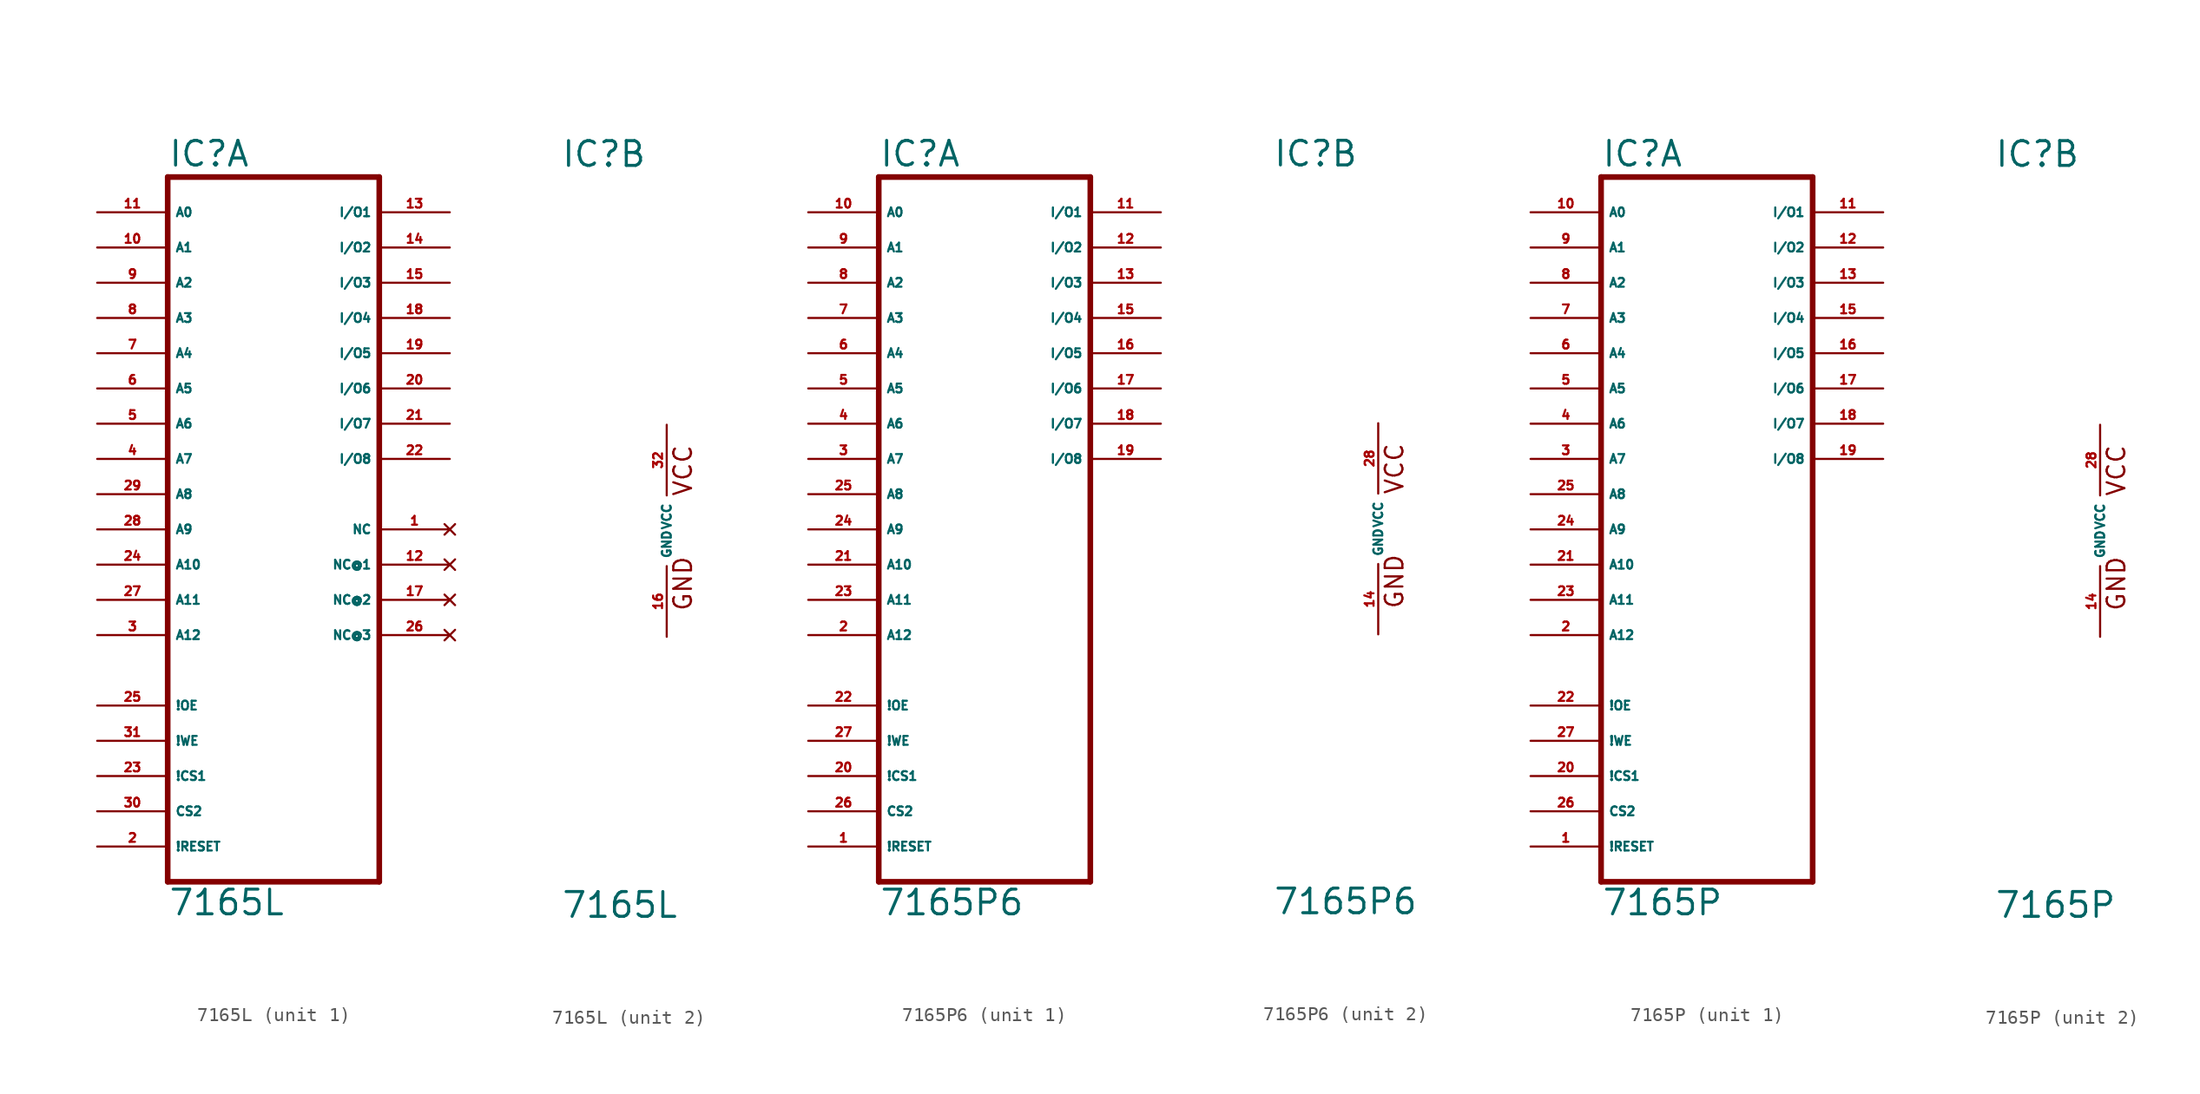
<source format=kicad_sym>
(kicad_symbol_lib
  (version 20220914)
  (generator Eagle2Kicad)
  (symbol "7165L"
    (property "Reference" "IC"
      (at -7.62 26.035 0)
      (effects (font (size 1.778 1.778) (thickness 0.22)) (justify left bottom)))
    (property "Value" "7165L"
      (at -7.62 -27.94 0)
      (effects (font (size 1.778 1.778) (thickness 0.22)) (justify left bottom)))
    (symbol "7165L_1_0"
      (polyline (pts (xy -7.62 -25.4) (xy 7.62 -25.4)) (stroke (width 0.406) (type default)) (fill (type none)))
      (polyline (pts (xy 7.62 -25.4) (xy 7.62 25.4)) (stroke (width 0.406) (type default)) (fill (type none)))
      (polyline (pts (xy 7.62 25.4) (xy -7.62 25.4)) (stroke (width 0.406) (type default)) (fill (type none)))
      (polyline (pts (xy -7.62 25.4) (xy -7.62 -25.4)) (stroke (width 0.406) (type default)) (fill (type none)))
      (pin input line (at -12.7 22.86 0) (length 5.08) (name "A0" (effects (font (size 0.635 0.635) (thickness 0.08)) (justify left bottom))) (number "11" (effects (font (size 0.635 0.635) (thickness 0.08)) (justify left bottom))))
      (pin input line (at -12.7 20.32 0) (length 5.08) (name "A1" (effects (font (size 0.635 0.635) (thickness 0.08)) (justify left bottom))) (number "10" (effects (font (size 0.635 0.635) (thickness 0.08)) (justify left bottom))))
      (pin input line (at -12.7 17.78 0) (length 5.08) (name "A2" (effects (font (size 0.635 0.635) (thickness 0.08)) (justify left bottom))) (number "9" (effects (font (size 0.635 0.635) (thickness 0.08)) (justify left bottom))))
      (pin input line (at -12.7 15.24 0) (length 5.08) (name "A3" (effects (font (size 0.635 0.635) (thickness 0.08)) (justify left bottom))) (number "8" (effects (font (size 0.635 0.635) (thickness 0.08)) (justify left bottom))))
      (pin input line (at -12.7 12.7 0) (length 5.08) (name "A4" (effects (font (size 0.635 0.635) (thickness 0.08)) (justify left bottom))) (number "7" (effects (font (size 0.635 0.635) (thickness 0.08)) (justify left bottom))))
      (pin input line (at -12.7 10.16 0) (length 5.08) (name "A5" (effects (font (size 0.635 0.635) (thickness 0.08)) (justify left bottom))) (number "6" (effects (font (size 0.635 0.635) (thickness 0.08)) (justify left bottom))))
      (pin input line (at -12.7 7.62 0) (length 5.08) (name "A6" (effects (font (size 0.635 0.635) (thickness 0.08)) (justify left bottom))) (number "5" (effects (font (size 0.635 0.635) (thickness 0.08)) (justify left bottom))))
      (pin input line (at -12.7 5.08 0) (length 5.08) (name "A7" (effects (font (size 0.635 0.635) (thickness 0.08)) (justify left bottom))) (number "4" (effects (font (size 0.635 0.635) (thickness 0.08)) (justify left bottom))))
      (pin input line (at -12.7 2.54 0) (length 5.08) (name "A8" (effects (font (size 0.635 0.635) (thickness 0.08)) (justify left bottom))) (number "29" (effects (font (size 0.635 0.635) (thickness 0.08)) (justify left bottom))))
      (pin input line (at -12.7 0 0) (length 5.08) (name "A9" (effects (font (size 0.635 0.635) (thickness 0.08)) (justify left bottom))) (number "28" (effects (font (size 0.635 0.635) (thickness 0.08)) (justify left bottom))))
      (pin input line (at -12.7 -2.54 0) (length 5.08) (name "A10" (effects (font (size 0.635 0.635) (thickness 0.08)) (justify left bottom))) (number "24" (effects (font (size 0.635 0.635) (thickness 0.08)) (justify left bottom))))
      (pin input line (at -12.7 -5.08 0) (length 5.08) (name "A11" (effects (font (size 0.635 0.635) (thickness 0.08)) (justify left bottom))) (number "27" (effects (font (size 0.635 0.635) (thickness 0.08)) (justify left bottom))))
      (pin input line (at -12.7 -12.7 0) (length 5.08) (name "!OE" (effects (font (size 0.635 0.635) (thickness 0.08)) (justify left bottom))) (number "25" (effects (font (size 0.635 0.635) (thickness 0.08)) (justify left bottom))))
      (pin input line (at -12.7 -15.24 0) (length 5.08) (name "!WE" (effects (font (size 0.635 0.635) (thickness 0.08)) (justify left bottom))) (number "31" (effects (font (size 0.635 0.635) (thickness 0.08)) (justify left bottom))))
      (pin input line (at -12.7 -17.78 0) (length 5.08) (name "!CS1" (effects (font (size 0.635 0.635) (thickness 0.08)) (justify left bottom))) (number "23" (effects (font (size 0.635 0.635) (thickness 0.08)) (justify left bottom))))
      (pin bidirectional line (at 12.7 22.86 180) (length 5.08) (name "I/O1" (effects (font (size 0.635 0.635) (thickness 0.08)) (justify left bottom))) (number "13" (effects (font (size 0.635 0.635) (thickness 0.08)) (justify left bottom))))
      (pin bidirectional line (at 12.7 20.32 180) (length 5.08) (name "I/O2" (effects (font (size 0.635 0.635) (thickness 0.08)) (justify left bottom))) (number "14" (effects (font (size 0.635 0.635) (thickness 0.08)) (justify left bottom))))
      (pin bidirectional line (at 12.7 17.78 180) (length 5.08) (name "I/O3" (effects (font (size 0.635 0.635) (thickness 0.08)) (justify left bottom))) (number "15" (effects (font (size 0.635 0.635) (thickness 0.08)) (justify left bottom))))
      (pin bidirectional line (at 12.7 15.24 180) (length 5.08) (name "I/O4" (effects (font (size 0.635 0.635) (thickness 0.08)) (justify left bottom))) (number "18" (effects (font (size 0.635 0.635) (thickness 0.08)) (justify left bottom))))
      (pin input line (at -12.7 -20.32 0) (length 5.08) (name "CS2" (effects (font (size 0.635 0.635) (thickness 0.08)) (justify left bottom))) (number "30" (effects (font (size 0.635 0.635) (thickness 0.08)) (justify left bottom))))
      (pin input line (at -12.7 -7.62 0) (length 5.08) (name "A12" (effects (font (size 0.635 0.635) (thickness 0.08)) (justify left bottom))) (number "3" (effects (font (size 0.635 0.635) (thickness 0.08)) (justify left bottom))))
      (pin bidirectional line (at 12.7 12.7 180) (length 5.08) (name "I/O5" (effects (font (size 0.635 0.635) (thickness 0.08)) (justify left bottom))) (number "19" (effects (font (size 0.635 0.635) (thickness 0.08)) (justify left bottom))))
      (pin bidirectional line (at 12.7 10.16 180) (length 5.08) (name "I/O6" (effects (font (size 0.635 0.635) (thickness 0.08)) (justify left bottom))) (number "20" (effects (font (size 0.635 0.635) (thickness 0.08)) (justify left bottom))))
      (pin bidirectional line (at 12.7 7.62 180) (length 5.08) (name "I/O7" (effects (font (size 0.635 0.635) (thickness 0.08)) (justify left bottom))) (number "21" (effects (font (size 0.635 0.635) (thickness 0.08)) (justify left bottom))))
      (pin bidirectional line (at 12.7 5.08 180) (length 5.08) (name "I/O8" (effects (font (size 0.635 0.635) (thickness 0.08)) (justify left bottom))) (number "22" (effects (font (size 0.635 0.635) (thickness 0.08)) (justify left bottom))))
      (pin input line (at -12.7 -22.86 0) (length 5.08) (name "!RESET" (effects (font (size 0.635 0.635) (thickness 0.08)) (justify left bottom))) (number "2" (effects (font (size 0.635 0.635) (thickness 0.08)) (justify left bottom))))
      (pin no_connect line (at 12.7 0 180) (length 5.08) (name "NC" (effects (font (size 0.635 0.635) (thickness 0.08)) (justify left bottom) hide)) (number "1" (effects (font (size 0.635 0.635) (thickness 0.08)) (justify left bottom) hide)))
      (pin no_connect line (at 12.7 -2.54 180) (length 5.08) (name "NC@1" (effects (font (size 0.635 0.635) (thickness 0.08)) (justify left bottom) hide)) (number "12" (effects (font (size 0.635 0.635) (thickness 0.08)) (justify left bottom) hide)))
      (pin no_connect line (at 12.7 -5.08 180) (length 5.08) (name "NC@2" (effects (font (size 0.635 0.635) (thickness 0.08)) (justify left bottom) hide)) (number "17" (effects (font (size 0.635 0.635) (thickness 0.08)) (justify left bottom) hide)))
      (pin no_connect line (at 12.7 -7.62 180) (length 5.08) (name "NC@3" (effects (font (size 0.635 0.635) (thickness 0.08)) (justify left bottom) hide)) (number "26" (effects (font (size 0.635 0.635) (thickness 0.08)) (justify left bottom) hide))))
    (symbol "7165L_2_0"
      (text "GND" (at 1.905 -5.842 900) (effects (font (size 1.27 1.27) (thickness 0.16)) (justify left bottom)))
      (text "VCC" (at 1.905 2.413 900) (effects (font (size 1.27 1.27) (thickness 0.16)) (justify left bottom)))
      (pin unspecified line (at 0 7.62 270) (length 5.08) (name "VCC" (effects (font (size 0.635 0.635) (thickness 0.08)) (justify left bottom))) (number "32" (effects (font (size 0.635 0.635) (thickness 0.08)) (justify left bottom))))
      (pin unspecified line (at 0 -7.62 90) (length 5.08) (name "GND" (effects (font (size 0.635 0.635) (thickness 0.08)) (justify left bottom))) (number "16" (effects (font (size 0.635 0.635) (thickness 0.08)) (justify left bottom))))))
  (symbol "7165P6"
    (property "Reference" "IC"
      (at -7.62 26.035 0)
      (effects (font (size 1.778 1.778) (thickness 0.22)) (justify left bottom)))
    (property "Value" "7165P6"
      (at -7.62 -27.94 0)
      (effects (font (size 1.778 1.778) (thickness 0.22)) (justify left bottom)))
    (symbol "7165P6_1_0"
      (polyline (pts (xy -7.62 -25.4) (xy 7.62 -25.4)) (stroke (width 0.406) (type default)) (fill (type none)))
      (polyline (pts (xy 7.62 -25.4) (xy 7.62 25.4)) (stroke (width 0.406) (type default)) (fill (type none)))
      (polyline (pts (xy 7.62 25.4) (xy -7.62 25.4)) (stroke (width 0.406) (type default)) (fill (type none)))
      (polyline (pts (xy -7.62 25.4) (xy -7.62 -25.4)) (stroke (width 0.406) (type default)) (fill (type none)))
      (pin input line (at -12.7 22.86 0) (length 5.08) (name "A0" (effects (font (size 0.635 0.635) (thickness 0.08)) (justify left bottom))) (number "10" (effects (font (size 0.635 0.635) (thickness 0.08)) (justify left bottom))))
      (pin input line (at -12.7 20.32 0) (length 5.08) (name "A1" (effects (font (size 0.635 0.635) (thickness 0.08)) (justify left bottom))) (number "9" (effects (font (size 0.635 0.635) (thickness 0.08)) (justify left bottom))))
      (pin input line (at -12.7 17.78 0) (length 5.08) (name "A2" (effects (font (size 0.635 0.635) (thickness 0.08)) (justify left bottom))) (number "8" (effects (font (size 0.635 0.635) (thickness 0.08)) (justify left bottom))))
      (pin input line (at -12.7 15.24 0) (length 5.08) (name "A3" (effects (font (size 0.635 0.635) (thickness 0.08)) (justify left bottom))) (number "7" (effects (font (size 0.635 0.635) (thickness 0.08)) (justify left bottom))))
      (pin input line (at -12.7 12.7 0) (length 5.08) (name "A4" (effects (font (size 0.635 0.635) (thickness 0.08)) (justify left bottom))) (number "6" (effects (font (size 0.635 0.635) (thickness 0.08)) (justify left bottom))))
      (pin input line (at -12.7 10.16 0) (length 5.08) (name "A5" (effects (font (size 0.635 0.635) (thickness 0.08)) (justify left bottom))) (number "5" (effects (font (size 0.635 0.635) (thickness 0.08)) (justify left bottom))))
      (pin input line (at -12.7 7.62 0) (length 5.08) (name "A6" (effects (font (size 0.635 0.635) (thickness 0.08)) (justify left bottom))) (number "4" (effects (font (size 0.635 0.635) (thickness 0.08)) (justify left bottom))))
      (pin input line (at -12.7 5.08 0) (length 5.08) (name "A7" (effects (font (size 0.635 0.635) (thickness 0.08)) (justify left bottom))) (number "3" (effects (font (size 0.635 0.635) (thickness 0.08)) (justify left bottom))))
      (pin input line (at -12.7 2.54 0) (length 5.08) (name "A8" (effects (font (size 0.635 0.635) (thickness 0.08)) (justify left bottom))) (number "25" (effects (font (size 0.635 0.635) (thickness 0.08)) (justify left bottom))))
      (pin input line (at -12.7 0 0) (length 5.08) (name "A9" (effects (font (size 0.635 0.635) (thickness 0.08)) (justify left bottom))) (number "24" (effects (font (size 0.635 0.635) (thickness 0.08)) (justify left bottom))))
      (pin input line (at -12.7 -2.54 0) (length 5.08) (name "A10" (effects (font (size 0.635 0.635) (thickness 0.08)) (justify left bottom))) (number "21" (effects (font (size 0.635 0.635) (thickness 0.08)) (justify left bottom))))
      (pin input line (at -12.7 -5.08 0) (length 5.08) (name "A11" (effects (font (size 0.635 0.635) (thickness 0.08)) (justify left bottom))) (number "23" (effects (font (size 0.635 0.635) (thickness 0.08)) (justify left bottom))))
      (pin input line (at -12.7 -12.7 0) (length 5.08) (name "!OE" (effects (font (size 0.635 0.635) (thickness 0.08)) (justify left bottom))) (number "22" (effects (font (size 0.635 0.635) (thickness 0.08)) (justify left bottom))))
      (pin input line (at -12.7 -15.24 0) (length 5.08) (name "!WE" (effects (font (size 0.635 0.635) (thickness 0.08)) (justify left bottom))) (number "27" (effects (font (size 0.635 0.635) (thickness 0.08)) (justify left bottom))))
      (pin input line (at -12.7 -17.78 0) (length 5.08) (name "!CS1" (effects (font (size 0.635 0.635) (thickness 0.08)) (justify left bottom))) (number "20" (effects (font (size 0.635 0.635) (thickness 0.08)) (justify left bottom))))
      (pin bidirectional line (at 12.7 22.86 180) (length 5.08) (name "I/O1" (effects (font (size 0.635 0.635) (thickness 0.08)) (justify left bottom))) (number "11" (effects (font (size 0.635 0.635) (thickness 0.08)) (justify left bottom))))
      (pin bidirectional line (at 12.7 20.32 180) (length 5.08) (name "I/O2" (effects (font (size 0.635 0.635) (thickness 0.08)) (justify left bottom))) (number "12" (effects (font (size 0.635 0.635) (thickness 0.08)) (justify left bottom))))
      (pin bidirectional line (at 12.7 17.78 180) (length 5.08) (name "I/O3" (effects (font (size 0.635 0.635) (thickness 0.08)) (justify left bottom))) (number "13" (effects (font (size 0.635 0.635) (thickness 0.08)) (justify left bottom))))
      (pin bidirectional line (at 12.7 15.24 180) (length 5.08) (name "I/O4" (effects (font (size 0.635 0.635) (thickness 0.08)) (justify left bottom))) (number "15" (effects (font (size 0.635 0.635) (thickness 0.08)) (justify left bottom))))
      (pin input line (at -12.7 -20.32 0) (length 5.08) (name "CS2" (effects (font (size 0.635 0.635) (thickness 0.08)) (justify left bottom))) (number "26" (effects (font (size 0.635 0.635) (thickness 0.08)) (justify left bottom))))
      (pin input line (at -12.7 -7.62 0) (length 5.08) (name "A12" (effects (font (size 0.635 0.635) (thickness 0.08)) (justify left bottom))) (number "2" (effects (font (size 0.635 0.635) (thickness 0.08)) (justify left bottom))))
      (pin bidirectional line (at 12.7 12.7 180) (length 5.08) (name "I/O5" (effects (font (size 0.635 0.635) (thickness 0.08)) (justify left bottom))) (number "16" (effects (font (size 0.635 0.635) (thickness 0.08)) (justify left bottom))))
      (pin bidirectional line (at 12.7 10.16 180) (length 5.08) (name "I/O6" (effects (font (size 0.635 0.635) (thickness 0.08)) (justify left bottom))) (number "17" (effects (font (size 0.635 0.635) (thickness 0.08)) (justify left bottom))))
      (pin bidirectional line (at 12.7 7.62 180) (length 5.08) (name "I/O7" (effects (font (size 0.635 0.635) (thickness 0.08)) (justify left bottom))) (number "18" (effects (font (size 0.635 0.635) (thickness 0.08)) (justify left bottom))))
      (pin bidirectional line (at 12.7 5.08 180) (length 5.08) (name "I/O8" (effects (font (size 0.635 0.635) (thickness 0.08)) (justify left bottom))) (number "19" (effects (font (size 0.635 0.635) (thickness 0.08)) (justify left bottom))))
      (pin input line (at -12.7 -22.86 0) (length 5.08) (name "!RESET" (effects (font (size 0.635 0.635) (thickness 0.08)) (justify left bottom))) (number "1" (effects (font (size 0.635 0.635) (thickness 0.08)) (justify left bottom)))))
    (symbol "7165P6_2_0"
      (text "GND" (at 1.905 -5.842 900) (effects (font (size 1.27 1.27) (thickness 0.16)) (justify left bottom)))
      (text "VCC" (at 1.905 2.413 900) (effects (font (size 1.27 1.27) (thickness 0.16)) (justify left bottom)))
      (pin unspecified line (at 0 7.62 270) (length 5.08) (name "VCC" (effects (font (size 0.635 0.635) (thickness 0.08)) (justify left bottom))) (number "28" (effects (font (size 0.635 0.635) (thickness 0.08)) (justify left bottom))))
      (pin unspecified line (at 0 -7.62 90) (length 5.08) (name "GND" (effects (font (size 0.635 0.635) (thickness 0.08)) (justify left bottom))) (number "14" (effects (font (size 0.635 0.635) (thickness 0.08)) (justify left bottom))))))
  (symbol "7165P"
    (property "Reference" "IC"
      (at -7.62 26.035 0)
      (effects (font (size 1.778 1.778) (thickness 0.22)) (justify left bottom)))
    (property "Value" "7165P"
      (at -7.62 -27.94 0)
      (effects (font (size 1.778 1.778) (thickness 0.22)) (justify left bottom)))
    (symbol "7165P_1_0"
      (polyline (pts (xy -7.62 -25.4) (xy 7.62 -25.4)) (stroke (width 0.406) (type default)) (fill (type none)))
      (polyline (pts (xy 7.62 -25.4) (xy 7.62 25.4)) (stroke (width 0.406) (type default)) (fill (type none)))
      (polyline (pts (xy 7.62 25.4) (xy -7.62 25.4)) (stroke (width 0.406) (type default)) (fill (type none)))
      (polyline (pts (xy -7.62 25.4) (xy -7.62 -25.4)) (stroke (width 0.406) (type default)) (fill (type none)))
      (pin input line (at -12.7 22.86 0) (length 5.08) (name "A0" (effects (font (size 0.635 0.635) (thickness 0.08)) (justify left bottom))) (number "10" (effects (font (size 0.635 0.635) (thickness 0.08)) (justify left bottom))))
      (pin input line (at -12.7 20.32 0) (length 5.08) (name "A1" (effects (font (size 0.635 0.635) (thickness 0.08)) (justify left bottom))) (number "9" (effects (font (size 0.635 0.635) (thickness 0.08)) (justify left bottom))))
      (pin input line (at -12.7 17.78 0) (length 5.08) (name "A2" (effects (font (size 0.635 0.635) (thickness 0.08)) (justify left bottom))) (number "8" (effects (font (size 0.635 0.635) (thickness 0.08)) (justify left bottom))))
      (pin input line (at -12.7 15.24 0) (length 5.08) (name "A3" (effects (font (size 0.635 0.635) (thickness 0.08)) (justify left bottom))) (number "7" (effects (font (size 0.635 0.635) (thickness 0.08)) (justify left bottom))))
      (pin input line (at -12.7 12.7 0) (length 5.08) (name "A4" (effects (font (size 0.635 0.635) (thickness 0.08)) (justify left bottom))) (number "6" (effects (font (size 0.635 0.635) (thickness 0.08)) (justify left bottom))))
      (pin input line (at -12.7 10.16 0) (length 5.08) (name "A5" (effects (font (size 0.635 0.635) (thickness 0.08)) (justify left bottom))) (number "5" (effects (font (size 0.635 0.635) (thickness 0.08)) (justify left bottom))))
      (pin input line (at -12.7 7.62 0) (length 5.08) (name "A6" (effects (font (size 0.635 0.635) (thickness 0.08)) (justify left bottom))) (number "4" (effects (font (size 0.635 0.635) (thickness 0.08)) (justify left bottom))))
      (pin input line (at -12.7 5.08 0) (length 5.08) (name "A7" (effects (font (size 0.635 0.635) (thickness 0.08)) (justify left bottom))) (number "3" (effects (font (size 0.635 0.635) (thickness 0.08)) (justify left bottom))))
      (pin input line (at -12.7 2.54 0) (length 5.08) (name "A8" (effects (font (size 0.635 0.635) (thickness 0.08)) (justify left bottom))) (number "25" (effects (font (size 0.635 0.635) (thickness 0.08)) (justify left bottom))))
      (pin input line (at -12.7 0 0) (length 5.08) (name "A9" (effects (font (size 0.635 0.635) (thickness 0.08)) (justify left bottom))) (number "24" (effects (font (size 0.635 0.635) (thickness 0.08)) (justify left bottom))))
      (pin input line (at -12.7 -2.54 0) (length 5.08) (name "A10" (effects (font (size 0.635 0.635) (thickness 0.08)) (justify left bottom))) (number "21" (effects (font (size 0.635 0.635) (thickness 0.08)) (justify left bottom))))
      (pin input line (at -12.7 -5.08 0) (length 5.08) (name "A11" (effects (font (size 0.635 0.635) (thickness 0.08)) (justify left bottom))) (number "23" (effects (font (size 0.635 0.635) (thickness 0.08)) (justify left bottom))))
      (pin input line (at -12.7 -12.7 0) (length 5.08) (name "!OE" (effects (font (size 0.635 0.635) (thickness 0.08)) (justify left bottom))) (number "22" (effects (font (size 0.635 0.635) (thickness 0.08)) (justify left bottom))))
      (pin input line (at -12.7 -15.24 0) (length 5.08) (name "!WE" (effects (font (size 0.635 0.635) (thickness 0.08)) (justify left bottom))) (number "27" (effects (font (size 0.635 0.635) (thickness 0.08)) (justify left bottom))))
      (pin input line (at -12.7 -17.78 0) (length 5.08) (name "!CS1" (effects (font (size 0.635 0.635) (thickness 0.08)) (justify left bottom))) (number "20" (effects (font (size 0.635 0.635) (thickness 0.08)) (justify left bottom))))
      (pin bidirectional line (at 12.7 22.86 180) (length 5.08) (name "I/O1" (effects (font (size 0.635 0.635) (thickness 0.08)) (justify left bottom))) (number "11" (effects (font (size 0.635 0.635) (thickness 0.08)) (justify left bottom))))
      (pin bidirectional line (at 12.7 20.32 180) (length 5.08) (name "I/O2" (effects (font (size 0.635 0.635) (thickness 0.08)) (justify left bottom))) (number "12" (effects (font (size 0.635 0.635) (thickness 0.08)) (justify left bottom))))
      (pin bidirectional line (at 12.7 17.78 180) (length 5.08) (name "I/O3" (effects (font (size 0.635 0.635) (thickness 0.08)) (justify left bottom))) (number "13" (effects (font (size 0.635 0.635) (thickness 0.08)) (justify left bottom))))
      (pin bidirectional line (at 12.7 15.24 180) (length 5.08) (name "I/O4" (effects (font (size 0.635 0.635) (thickness 0.08)) (justify left bottom))) (number "15" (effects (font (size 0.635 0.635) (thickness 0.08)) (justify left bottom))))
      (pin input line (at -12.7 -20.32 0) (length 5.08) (name "CS2" (effects (font (size 0.635 0.635) (thickness 0.08)) (justify left bottom))) (number "26" (effects (font (size 0.635 0.635) (thickness 0.08)) (justify left bottom))))
      (pin input line (at -12.7 -7.62 0) (length 5.08) (name "A12" (effects (font (size 0.635 0.635) (thickness 0.08)) (justify left bottom))) (number "2" (effects (font (size 0.635 0.635) (thickness 0.08)) (justify left bottom))))
      (pin bidirectional line (at 12.7 12.7 180) (length 5.08) (name "I/O5" (effects (font (size 0.635 0.635) (thickness 0.08)) (justify left bottom))) (number "16" (effects (font (size 0.635 0.635) (thickness 0.08)) (justify left bottom))))
      (pin bidirectional line (at 12.7 10.16 180) (length 5.08) (name "I/O6" (effects (font (size 0.635 0.635) (thickness 0.08)) (justify left bottom))) (number "17" (effects (font (size 0.635 0.635) (thickness 0.08)) (justify left bottom))))
      (pin bidirectional line (at 12.7 7.62 180) (length 5.08) (name "I/O7" (effects (font (size 0.635 0.635) (thickness 0.08)) (justify left bottom))) (number "18" (effects (font (size 0.635 0.635) (thickness 0.08)) (justify left bottom))))
      (pin bidirectional line (at 12.7 5.08 180) (length 5.08) (name "I/O8" (effects (font (size 0.635 0.635) (thickness 0.08)) (justify left bottom))) (number "19" (effects (font (size 0.635 0.635) (thickness 0.08)) (justify left bottom))))
      (pin input line (at -12.7 -22.86 0) (length 5.08) (name "!RESET" (effects (font (size 0.635 0.635) (thickness 0.08)) (justify left bottom))) (number "1" (effects (font (size 0.635 0.635) (thickness 0.08)) (justify left bottom)))))
    (symbol "7165P_2_0"
      (text "GND" (at 1.905 -5.842 900) (effects (font (size 1.27 1.27) (thickness 0.16)) (justify left bottom)))
      (text "VCC" (at 1.905 2.413 900) (effects (font (size 1.27 1.27) (thickness 0.16)) (justify left bottom)))
      (pin unspecified line (at 0 7.62 270) (length 5.08) (name "VCC" (effects (font (size 0.635 0.635) (thickness 0.08)) (justify left bottom))) (number "28" (effects (font (size 0.635 0.635) (thickness 0.08)) (justify left bottom))))
      (pin unspecified line (at 0 -7.62 90) (length 5.08) (name "GND" (effects (font (size 0.635 0.635) (thickness 0.08)) (justify left bottom))) (number "14" (effects (font (size 0.635 0.635) (thickness 0.08)) (justify left bottom)))))))
</source>
